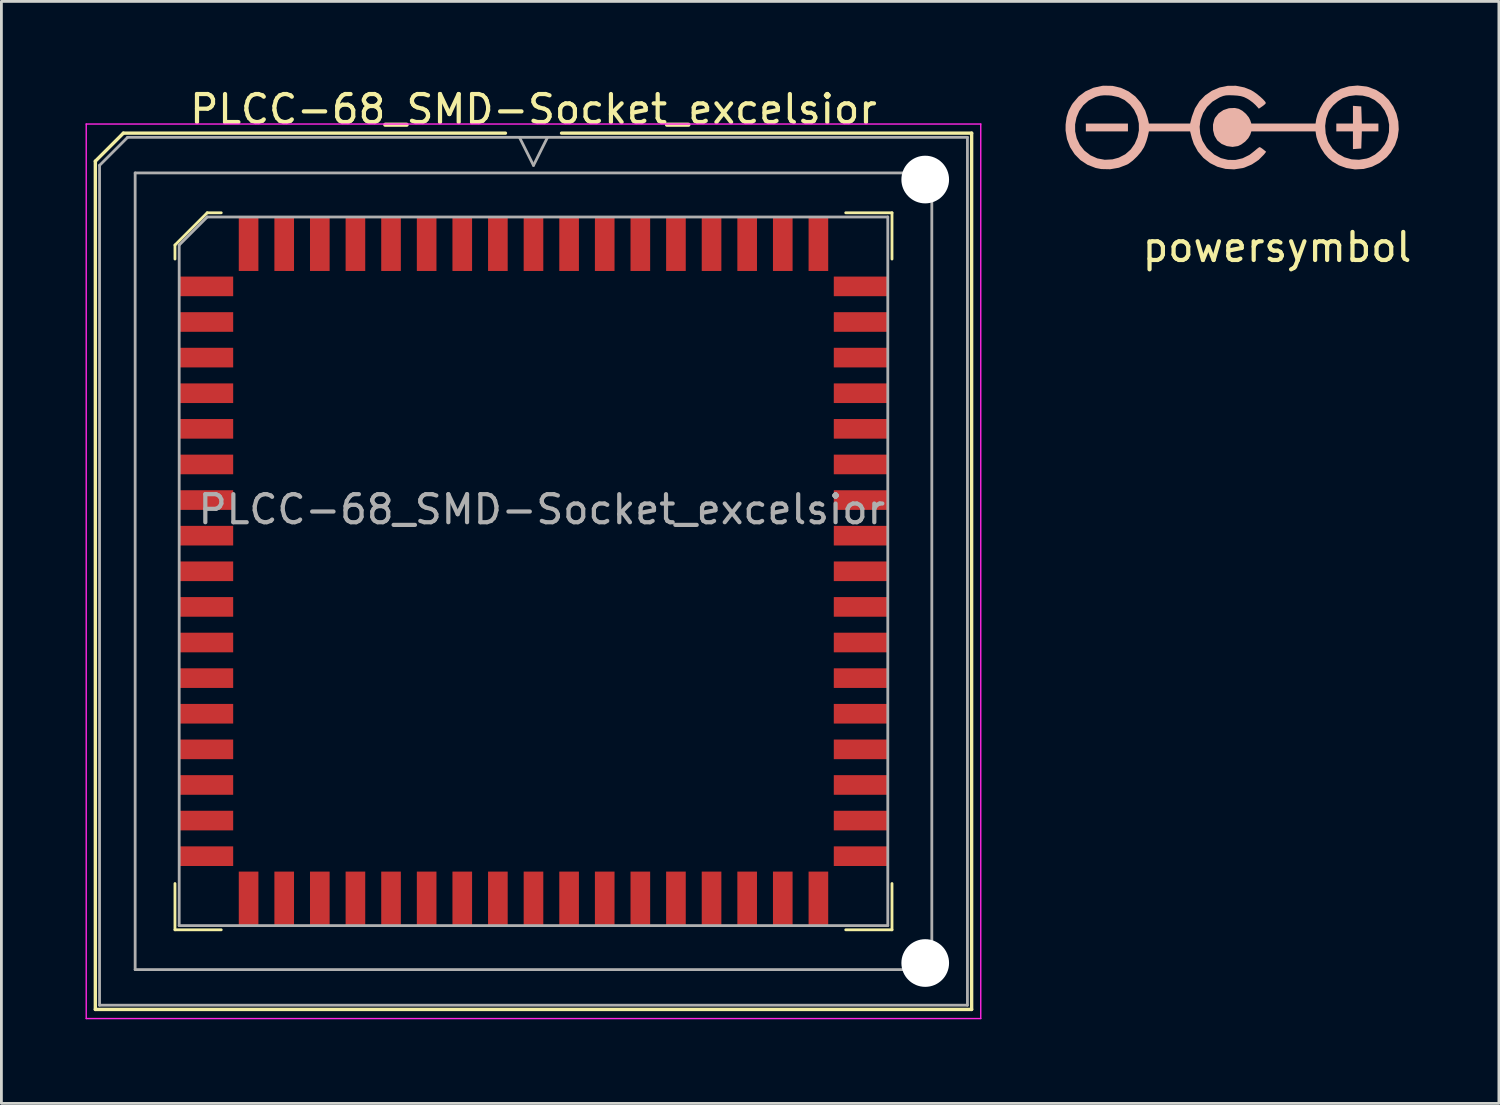
<source format=kicad_pcb>
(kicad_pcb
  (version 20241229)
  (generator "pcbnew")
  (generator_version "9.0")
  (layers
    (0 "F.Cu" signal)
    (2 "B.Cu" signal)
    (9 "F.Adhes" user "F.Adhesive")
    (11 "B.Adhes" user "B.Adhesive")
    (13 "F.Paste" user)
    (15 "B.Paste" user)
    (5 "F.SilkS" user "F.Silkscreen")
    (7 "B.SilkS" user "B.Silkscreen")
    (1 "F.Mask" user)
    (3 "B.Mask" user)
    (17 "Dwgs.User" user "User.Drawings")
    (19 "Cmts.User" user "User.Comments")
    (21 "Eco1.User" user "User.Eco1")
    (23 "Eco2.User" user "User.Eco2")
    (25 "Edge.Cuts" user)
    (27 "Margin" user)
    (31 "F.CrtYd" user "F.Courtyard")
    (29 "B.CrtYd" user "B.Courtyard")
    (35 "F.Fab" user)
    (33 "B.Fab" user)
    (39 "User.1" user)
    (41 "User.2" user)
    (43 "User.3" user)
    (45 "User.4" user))
  (footprint "PLCC-68_SMD-Socket_excelsior"
    (layer "F.Cu")
    (at 15.975 17.323)
    (property "Reference" "PLCC-68_SMD-Socket_excelsior" (at 0 -16.475 0) (layer "F.SilkS") (effects (font (size 1 1) (thickness 0.15))))
    (attr smd)
    (fp_line (start -15.625 -14.625) (end -15.625 15.625) (stroke (width 0.12) (type solid)) (layer "F.SilkS"))
    (fp_line (start -15.625 15.625) (end 15.625 15.625) (stroke (width 0.12) (type solid)) (layer "F.SilkS"))
    (fp_line (start -14.625 -15.625) (end -15.625 -14.625) (stroke (width 0.12) (type solid)) (layer "F.SilkS"))
    (fp_line (start -12.785 -11.635) (end -12.785 -11.135) (stroke (width 0.1) (type solid)) (layer "F.SilkS"))
    (fp_line (start -12.785 12.785) (end -12.785 11.135) (stroke (width 0.1) (type solid)) (layer "F.SilkS"))
    (fp_line (start -11.635 -12.785) (end -12.785 -11.635) (stroke (width 0.1) (type solid)) (layer "F.SilkS"))
    (fp_line (start -11.135 -12.785) (end -11.635 -12.785) (stroke (width 0.1) (type solid)) (layer "F.SilkS"))
    (fp_line (start -11.135 12.785) (end -12.785 12.785) (stroke (width 0.1) (type solid)) (layer "F.SilkS"))
    (fp_line (start -1 -15.625) (end -14.625 -15.625) (stroke (width 0.12) (type solid)) (layer "F.SilkS"))
    (fp_line (start 11.135 -12.785) (end 12.785 -12.785) (stroke (width 0.1) (type solid)) (layer "F.SilkS"))
    (fp_line (start 11.135 12.785) (end 12.785 12.785) (stroke (width 0.1) (type solid)) (layer "F.SilkS"))
    (fp_line (start 12.785 -12.785) (end 12.785 -11.135) (stroke (width 0.1) (type solid)) (layer "F.SilkS"))
    (fp_line (start 12.785 12.785) (end 12.785 11.135) (stroke (width 0.1) (type solid)) (layer "F.SilkS"))
    (fp_line (start 15.625 -15.625) (end 1 -15.625) (stroke (width 0.12) (type solid)) (layer "F.SilkS"))
    (fp_line (start 15.625 15.625) (end 15.625 -15.625) (stroke (width 0.12) (type solid)) (layer "F.SilkS"))
    (fp_line (start -15.95 -15.95) (end -15.95 15.95) (stroke (width 0.05) (type solid)) (layer "F.CrtYd"))
    (fp_line (start -15.95 15.95) (end 15.95 15.95) (stroke (width 0.05) (type solid)) (layer "F.CrtYd"))
    (fp_line (start 15.95 -15.95) (end -15.95 -15.95) (stroke (width 0.05) (type solid)) (layer "F.CrtYd"))
    (fp_line (start 15.95 15.95) (end 15.95 -15.95) (stroke (width 0.05) (type solid)) (layer "F.CrtYd"))
    (fp_line (start -15.475 -14.475) (end -15.475 15.475) (stroke (width 0.1) (type solid)) (layer "F.Fab"))
    (fp_line (start -15.475 15.475) (end 15.475 15.475) (stroke (width 0.1) (type solid)) (layer "F.Fab"))
    (fp_line (start -14.475 -15.475) (end -15.475 -14.475) (stroke (width 0.1) (type solid)) (layer "F.Fab"))
    (fp_line (start -14.205 -14.205) (end -14.205 14.205) (stroke (width 0.1) (type solid)) (layer "F.Fab"))
    (fp_line (start -14.205 14.205) (end 14.205 14.205) (stroke (width 0.1) (type solid)) (layer "F.Fab"))
    (fp_line (start -12.635 -11.635) (end -12.635 12.635) (stroke (width 0.1) (type solid)) (layer "F.Fab"))
    (fp_line (start -12.635 12.635) (end 12.635 12.635) (stroke (width 0.1) (type solid)) (layer "F.Fab"))
    (fp_line (start -11.635 -12.635) (end -12.635 -11.635) (stroke (width 0.1) (type solid)) (layer "F.Fab"))
    (fp_line (start -0.5 -15.475) (end 0 -14.475) (stroke (width 0.1) (type solid)) (layer "F.Fab"))
    (fp_line (start 0 -14.475) (end 0.5 -15.475) (stroke (width 0.1) (type solid)) (layer "F.Fab"))
    (fp_line (start 12.635 -12.635) (end -11.635 -12.635) (stroke (width 0.1) (type solid)) (layer "F.Fab"))
    (fp_line (start 12.635 12.635) (end 12.635 -12.635) (stroke (width 0.1) (type solid)) (layer "F.Fab"))
    (fp_line (start 14.205 -14.205) (end -14.205 -14.205) (stroke (width 0.1) (type solid)) (layer "F.Fab"))
    (fp_line (start 14.205 14.205) (end 14.205 -14.205) (stroke (width 0.1) (type solid)) (layer "F.Fab"))
    (fp_line (start 15.475 -15.475) (end -14.475 -15.475) (stroke (width 0.1) (type solid)) (layer "F.Fab"))
    (fp_line (start 15.475 15.475) (end 15.475 -15.475) (stroke (width 0.1) (type solid)) (layer "F.Fab"))
    (fp_circle (center 13.97 -13.97) (end 14.82 -13.97) (stroke (width 0.12) (type solid)) (fill no) (layer "User.1"))
    (fp_circle (center 13.97 13.97) (end 14.82 13.97) (stroke (width 0.12) (type solid)) (fill no) (layer "User.1"))
    (fp_text user "${REFERENCE}" (at 0.297 -2.205 0) (layer "F.Fab") (effects (font (size 1 1) (thickness 0.15))))
    (pad "" np_thru_hole circle (at 13.97 -13.97) (size 1.7 1.7) (drill 1.7) (layers "*.Cu" "*.Mask"))
    (pad "" np_thru_hole circle (at 13.97 13.97) (size 1.7 1.7) (drill 1.7) (layers "*.Cu" "*.Mask"))
    (pad "1" smd rect (at 0 -11.672) (size 0.7 1.925) (layers "F.Cu" "F.Mask" "F.Paste"))
    (pad "2" smd rect (at -1.27 -11.672) (size 0.7 1.925) (layers "F.Cu" "F.Mask" "F.Paste"))
    (pad "3" smd rect (at -2.54 -11.672) (size 0.7 1.925) (layers "F.Cu" "F.Mask" "F.Paste"))
    (pad "4" smd rect (at -3.81 -11.672) (size 0.7 1.925) (layers "F.Cu" "F.Mask" "F.Paste"))
    (pad "5" smd rect (at -5.08 -11.672) (size 0.7 1.925) (layers "F.Cu" "F.Mask" "F.Paste"))
    (pad "6" smd rect (at -6.35 -11.672) (size 0.7 1.925) (layers "F.Cu" "F.Mask" "F.Paste"))
    (pad "7" smd rect (at -7.62 -11.672) (size 0.7 1.925) (layers "F.Cu" "F.Mask" "F.Paste"))
    (pad "8" smd rect (at -8.89 -11.672) (size 0.7 1.925) (layers "F.Cu" "F.Mask" "F.Paste"))
    (pad "9" smd rect (at -10.16 -11.672) (size 0.7 1.925) (layers "F.Cu" "F.Mask" "F.Paste"))
    (pad "10" smd rect (at -11.672 -10.16) (size 1.925 0.7) (layers "F.Cu" "F.Mask" "F.Paste"))
    (pad "11" smd rect (at -11.672 -8.89) (size 1.925 0.7) (layers "F.Cu" "F.Mask" "F.Paste"))
    (pad "12" smd rect (at -11.672 -7.62) (size 1.925 0.7) (layers "F.Cu" "F.Mask" "F.Paste"))
    (pad "13" smd rect (at -11.672 -6.35) (size 1.925 0.7) (layers "F.Cu" "F.Mask" "F.Paste"))
    (pad "14" smd rect (at -11.672 -5.08) (size 1.925 0.7) (layers "F.Cu" "F.Mask" "F.Paste"))
    (pad "15" smd rect (at -11.672 -3.81) (size 1.925 0.7) (layers "F.Cu" "F.Mask" "F.Paste"))
    (pad "16" smd rect (at -11.672 -2.54) (size 1.925 0.7) (layers "F.Cu" "F.Mask" "F.Paste"))
    (pad "17" smd rect (at -11.672 -1.27) (size 1.925 0.7) (layers "F.Cu" "F.Mask" "F.Paste"))
    (pad "18" smd rect (at -11.672 0) (size 1.925 0.7) (layers "F.Cu" "F.Mask" "F.Paste"))
    (pad "19" smd rect (at -11.672 1.27) (size 1.925 0.7) (layers "F.Cu" "F.Mask" "F.Paste"))
    (pad "20" smd rect (at -11.672 2.54) (size 1.925 0.7) (layers "F.Cu" "F.Mask" "F.Paste"))
    (pad "21" smd rect (at -11.672 3.81) (size 1.925 0.7) (layers "F.Cu" "F.Mask" "F.Paste"))
    (pad "22" smd rect (at -11.672 5.08) (size 1.925 0.7) (layers "F.Cu" "F.Mask" "F.Paste"))
    (pad "23" smd rect (at -11.672 6.35) (size 1.925 0.7) (layers "F.Cu" "F.Mask" "F.Paste"))
    (pad "24" smd rect (at -11.672 7.62) (size 1.925 0.7) (layers "F.Cu" "F.Mask" "F.Paste"))
    (pad "25" smd rect (at -11.672 8.89) (size 1.925 0.7) (layers "F.Cu" "F.Mask" "F.Paste"))
    (pad "26" smd rect (at -11.672 10.16) (size 1.925 0.7) (layers "F.Cu" "F.Mask" "F.Paste"))
    (pad "27" smd rect (at -10.16 11.672) (size 0.7 1.925) (layers "F.Cu" "F.Mask" "F.Paste"))
    (pad "28" smd rect (at -8.89 11.672) (size 0.7 1.925) (layers "F.Cu" "F.Mask" "F.Paste"))
    (pad "29" smd rect (at -7.62 11.672) (size 0.7 1.925) (layers "F.Cu" "F.Mask" "F.Paste"))
    (pad "30" smd rect (at -6.35 11.672) (size 0.7 1.925) (layers "F.Cu" "F.Mask" "F.Paste"))
    (pad "31" smd rect (at -5.08 11.672) (size 0.7 1.925) (layers "F.Cu" "F.Mask" "F.Paste"))
    (pad "32" smd rect (at -3.81 11.672) (size 0.7 1.925) (layers "F.Cu" "F.Mask" "F.Paste"))
    (pad "33" smd rect (at -2.54 11.672) (size 0.7 1.925) (layers "F.Cu" "F.Mask" "F.Paste"))
    (pad "34" smd rect (at -1.27 11.672) (size 0.7 1.925) (layers "F.Cu" "F.Mask" "F.Paste"))
    (pad "35" smd rect (at 0 11.672) (size 0.7 1.925) (layers "F.Cu" "F.Mask" "F.Paste"))
    (pad "36" smd rect (at 1.27 11.672) (size 0.7 1.925) (layers "F.Cu" "F.Mask" "F.Paste"))
    (pad "37" smd rect (at 2.54 11.672) (size 0.7 1.925) (layers "F.Cu" "F.Mask" "F.Paste"))
    (pad "38" smd rect (at 3.81 11.672) (size 0.7 1.925) (layers "F.Cu" "F.Mask" "F.Paste"))
    (pad "39" smd rect (at 5.08 11.672) (size 0.7 1.925) (layers "F.Cu" "F.Mask" "F.Paste"))
    (pad "40" smd rect (at 6.35 11.672) (size 0.7 1.925) (layers "F.Cu" "F.Mask" "F.Paste"))
    (pad "41" smd rect (at 7.62 11.672) (size 0.7 1.925) (layers "F.Cu" "F.Mask" "F.Paste"))
    (pad "42" smd rect (at 8.89 11.672) (size 0.7 1.925) (layers "F.Cu" "F.Mask" "F.Paste"))
    (pad "43" smd rect (at 10.16 11.672) (size 0.7 1.925) (layers "F.Cu" "F.Mask" "F.Paste"))
    (pad "44" smd rect (at 11.672 10.16) (size 1.925 0.7) (layers "F.Cu" "F.Mask" "F.Paste"))
    (pad "45" smd rect (at 11.672 8.89) (size 1.925 0.7) (layers "F.Cu" "F.Mask" "F.Paste"))
    (pad "46" smd rect (at 11.672 7.62) (size 1.925 0.7) (layers "F.Cu" "F.Mask" "F.Paste"))
    (pad "47" smd rect (at 11.672 6.35) (size 1.925 0.7) (layers "F.Cu" "F.Mask" "F.Paste"))
    (pad "48" smd rect (at 11.672 5.08) (size 1.925 0.7) (layers "F.Cu" "F.Mask" "F.Paste"))
    (pad "49" smd rect (at 11.672 3.81) (size 1.925 0.7) (layers "F.Cu" "F.Mask" "F.Paste"))
    (pad "50" smd rect (at 11.672 2.54) (size 1.925 0.7) (layers "F.Cu" "F.Mask" "F.Paste"))
    (pad "51" smd rect (at 11.672 1.27) (size 1.925 0.7) (layers "F.Cu" "F.Mask" "F.Paste"))
    (pad "52" smd rect (at 11.672 0) (size 1.925 0.7) (layers "F.Cu" "F.Mask" "F.Paste"))
    (pad "53" smd rect (at 11.672 -1.27) (size 1.925 0.7) (layers "F.Cu" "F.Mask" "F.Paste"))
    (pad "54" smd rect (at 11.672 -2.54) (size 1.925 0.7) (layers "F.Cu" "F.Mask" "F.Paste"))
    (pad "55" smd rect (at 11.672 -3.81) (size 1.925 0.7) (layers "F.Cu" "F.Mask" "F.Paste"))
    (pad "56" smd rect (at 11.672 -5.08) (size 1.925 0.7) (layers "F.Cu" "F.Mask" "F.Paste"))
    (pad "57" smd rect (at 11.672 -6.35) (size 1.925 0.7) (layers "F.Cu" "F.Mask" "F.Paste"))
    (pad "58" smd rect (at 11.672 -7.62) (size 1.925 0.7) (layers "F.Cu" "F.Mask" "F.Paste"))
    (pad "59" smd rect (at 11.672 -8.89) (size 1.925 0.7) (layers "F.Cu" "F.Mask" "F.Paste"))
    (pad "60" smd rect (at 11.672 -10.16) (size 1.925 0.7) (layers "F.Cu" "F.Mask" "F.Paste"))
    (pad "61" smd rect (at 10.16 -11.672) (size 0.7 1.925) (layers "F.Cu" "F.Mask" "F.Paste"))
    (pad "62" smd rect (at 8.89 -11.672) (size 0.7 1.925) (layers "F.Cu" "F.Mask" "F.Paste"))
    (pad "63" smd rect (at 7.62 -11.672) (size 0.7 1.925) (layers "F.Cu" "F.Mask" "F.Paste"))
    (pad "64" smd rect (at 6.35 -11.672) (size 0.7 1.925) (layers "F.Cu" "F.Mask" "F.Paste"))
    (pad "65" smd rect (at 5.08 -11.672) (size 0.7 1.925) (layers "F.Cu" "F.Mask" "F.Paste"))
    (pad "66" smd rect (at 3.81 -11.672) (size 0.7 1.925) (layers "F.Cu" "F.Mask" "F.Paste"))
    (pad "67" smd rect (at 2.54 -11.672) (size 0.7 1.925) (layers "F.Cu" "F.Mask" "F.Paste"))
    (pad "68" smd rect (at 1.27 -11.672) (size 0.7 1.925) (layers "F.Cu" "F.Mask" "F.Paste")))
  (footprint "powersymbol"
    (layer "F.Cu")
    (at 42.492 6.266)
    (property "Reference" "powersymbol" (at 0 -0.5 0) (unlocked yes) (layer "F.SilkS") (effects (font (size 1 1) (thickness 0.15))))
    (attr smd)
    (fp_poly (pts (xy -5.318 -4.63) (xy -6.819 -4.63) (xy -6.819 -4.91) (xy -5.318 -4.91)) (stroke (width 0) (type solid)) (fill yes) (layer "B.SilkS"))
    (fp_poly (pts (xy 2.855 -5.531) (xy 3.003 -5.52) (xy 3.013 -5.215) (xy 3.023 -4.91) (xy 3.614 -4.91) (xy 3.614 -4.63) (xy 3.023 -4.63) (xy 3.013 -4.325) (xy 3.003 -4.02) (xy 2.855 -4.009) (xy 2.706 -3.998) (xy 2.706 -4.63) (xy 2.113 -4.63) (xy 2.113 -4.91) (xy 2.706 -4.91) (xy 2.706 -5.542)) (stroke (width 0) (type solid)) (fill yes) (layer "B.SilkS"))
    (fp_poly (pts (xy 3.187 -6.231) (xy 3.249 -6.216) (xy 3.534 -6.109) (xy 3.78 -5.951) (xy 3.984 -5.751) (xy 4.145 -5.517) (xy 4.259 -5.259) (xy 4.324 -4.983) (xy 4.339 -4.699) (xy 4.301 -4.416) (xy 4.208 -4.141) (xy 4.058 -3.883) (xy 3.909 -3.708) (xy 3.665 -3.511) (xy 3.388 -3.371) (xy 3.089 -3.291) (xy 2.779 -3.275) (xy 2.471 -3.324) (xy 2.203 -3.42) (xy 1.972 -3.558) (xy 1.829 -3.679) (xy 1.696 -3.831) (xy 1.572 -4.022) (xy 1.471 -4.226) (xy 1.407 -4.418) (xy 1.396 -4.474) (xy 1.373 -4.63) (xy -0.917 -4.63) (xy -0.956 -4.511) (xy -1.025 -4.388) (xy -1.138 -4.265) (xy -1.276 -4.163) (xy -1.393 -4.107) (xy -1.587 -4.077) (xy -1.789 -4.105) (xy -1.976 -4.183) (xy -2.129 -4.306) (xy -2.136 -4.315) (xy -2.232 -4.477) (xy -2.282 -4.671) (xy -2.284 -4.827) (xy 1.715 -4.827) (xy 1.733 -4.558) (xy 1.802 -4.306) (xy 1.835 -4.231) (xy 1.982 -4.01) (xy 2.174 -3.834) (xy 2.402 -3.707) (xy 2.655 -3.634) (xy 2.922 -3.618) (xy 3.193 -3.662) (xy 3.289 -3.694) (xy 3.495 -3.804) (xy 3.684 -3.965) (xy 3.837 -4.16) (xy 3.924 -4.334) (xy 3.991 -4.602) (xy 3.997 -4.871) (xy 3.945 -5.13) (xy 3.84 -5.368) (xy 3.687 -5.576) (xy 3.489 -5.743) (xy 3.281 -5.85) (xy 3.054 -5.906) (xy 2.807 -5.919) (xy 2.565 -5.89) (xy 2.353 -5.819) (xy 2.344 -5.815) (xy 2.167 -5.702) (xy 2.001 -5.554) (xy 1.871 -5.392) (xy 1.834 -5.328) (xy 1.749 -5.09) (xy 1.715 -4.827) (xy -2.284 -4.827) (xy -2.284 -4.873) (xy -2.237 -5.061) (xy -2.21 -5.117) (xy -2.082 -5.277) (xy -1.912 -5.392) (xy -1.716 -5.457) (xy -1.508 -5.466) (xy -1.367 -5.436) (xy -1.237 -5.366) (xy -1.108 -5.255) (xy -1.004 -5.125) (xy -0.956 -5.027) (xy -0.917 -4.91) (xy 1.373 -4.91) (xy 1.395 -5.06) (xy 1.444 -5.245) (xy 1.533 -5.449) (xy 1.648 -5.645) (xy 1.769 -5.8) (xy 2.001 -6.002) (xy 2.269 -6.149) (xy 2.563 -6.238) (xy 2.873 -6.266)) (stroke (width 0) (type solid)) (fill yes) (layer "B.SilkS"))
    (fp_poly (pts (xy -5.87 -6.254) (xy -5.569 -6.184) (xy -5.295 -6.057) (xy -5.054 -5.876) (xy -4.855 -5.647) (xy -4.703 -5.376) (xy -4.616 -5.11) (xy -4.57 -4.91) (xy -3.101 -4.91) (xy -3.038 -5.154) (xy -2.929 -5.449) (xy -2.768 -5.704) (xy -2.563 -5.916) (xy -2.323 -6.081) (xy -2.055 -6.195) (xy -1.768 -6.255) (xy -1.47 -6.258) (xy -1.169 -6.199) (xy -0.935 -6.106) (xy -0.834 -6.047) (xy -0.718 -5.964) (xy -0.603 -5.87) (xy -0.502 -5.777) (xy -0.429 -5.697) (xy -0.399 -5.644) (xy -0.399 -5.642) (xy -0.425 -5.604) (xy -0.492 -5.548) (xy -0.524 -5.525) (xy -0.649 -5.44) (xy -0.766 -5.569) (xy -0.867 -5.661) (xy -0.994 -5.755) (xy -1.069 -5.8) (xy -1.18 -5.854) (xy -1.288 -5.887) (xy -1.419 -5.906) (xy -1.556 -5.915) (xy -1.712 -5.92) (xy -1.825 -5.914) (xy -1.919 -5.894) (xy -2.021 -5.855) (xy -2.061 -5.836) (xy -2.303 -5.692) (xy -2.495 -5.506) (xy -2.637 -5.288) (xy -2.726 -5.049) (xy -2.761 -4.797) (xy -2.739 -4.542) (xy -2.658 -4.294) (xy -2.516 -4.061) (xy -2.456 -3.99) (xy -2.242 -3.804) (xy -2.003 -3.678) (xy -1.748 -3.615) (xy -1.487 -3.612) (xy -1.228 -3.672) (xy -0.982 -3.794) (xy -0.808 -3.93) (xy -0.72 -4.005) (xy -0.652 -4.056) (xy -0.622 -4.071) (xy -0.577 -4.05) (xy -0.505 -3.999) (xy -0.49 -3.987) (xy -0.389 -3.904) (xy -0.466 -3.805) (xy -0.658 -3.612) (xy -0.896 -3.453) (xy -1.159 -3.341) (xy -1.219 -3.323) (xy -1.532 -3.276) (xy -1.837 -3.293) (xy -2.127 -3.369) (xy -2.393 -3.501) (xy -2.627 -3.684) (xy -2.822 -3.912) (xy -2.969 -4.181) (xy -3.038 -4.386) (xy -3.101 -4.63) (xy -4.57 -4.63) (xy -4.616 -4.43) (xy -4.66 -4.28) (xy -4.719 -4.125) (xy -4.75 -4.058) (xy -4.848 -3.904) (xy -4.985 -3.742) (xy -5.14 -3.593) (xy -5.293 -3.478) (xy -5.346 -3.448) (xy -5.641 -3.334) (xy -5.954 -3.28) (xy -6.27 -3.287) (xy -6.469 -3.326) (xy -6.758 -3.438) (xy -7.01 -3.604) (xy -7.22 -3.817) (xy -7.382 -4.07) (xy -7.491 -4.354) (xy -7.542 -4.661) (xy -7.541 -4.875) (xy -7.54 -4.881) (xy -7.202 -4.881) (xy -7.2 -4.629) (xy -7.144 -4.381) (xy -7.032 -4.148) (xy -6.873 -3.948) (xy -6.656 -3.778) (xy -6.409 -3.667) (xy -6.143 -3.618) (xy -5.868 -3.633) (xy -5.644 -3.694) (xy -5.411 -3.815) (xy -5.22 -3.984) (xy -5.075 -4.188) (xy -4.976 -4.419) (xy -4.927 -4.666) (xy -4.93 -4.919) (xy -4.986 -5.167) (xy -5.099 -5.402) (xy -5.242 -5.584) (xy -5.435 -5.747) (xy -5.652 -5.852) (xy -5.905 -5.906) (xy -5.999 -5.913) (xy -6.166 -5.917) (xy -6.296 -5.905) (xy -6.419 -5.874) (xy -6.487 -5.85) (xy -6.72 -5.729) (xy -6.91 -5.561) (xy -7.056 -5.357) (xy -7.153 -5.127) (xy -7.202 -4.881) (xy -7.54 -4.881) (xy -7.506 -5.136) (xy -7.437 -5.359) (xy -7.326 -5.571) (xy -7.284 -5.634) (xy -7.08 -5.873) (xy -6.833 -6.058) (xy -6.549 -6.187) (xy -6.237 -6.255) (xy -6.191 -6.26)) (stroke (width 0) (type solid)) (fill yes) (layer "B.SilkS")))
  (gr_rect
    (start -3 -3)
    (end 50.403 36.298)
    (stroke (width 0.1) (type default))
    (fill no)
    (layer "Edge.Cuts")))
</source>
